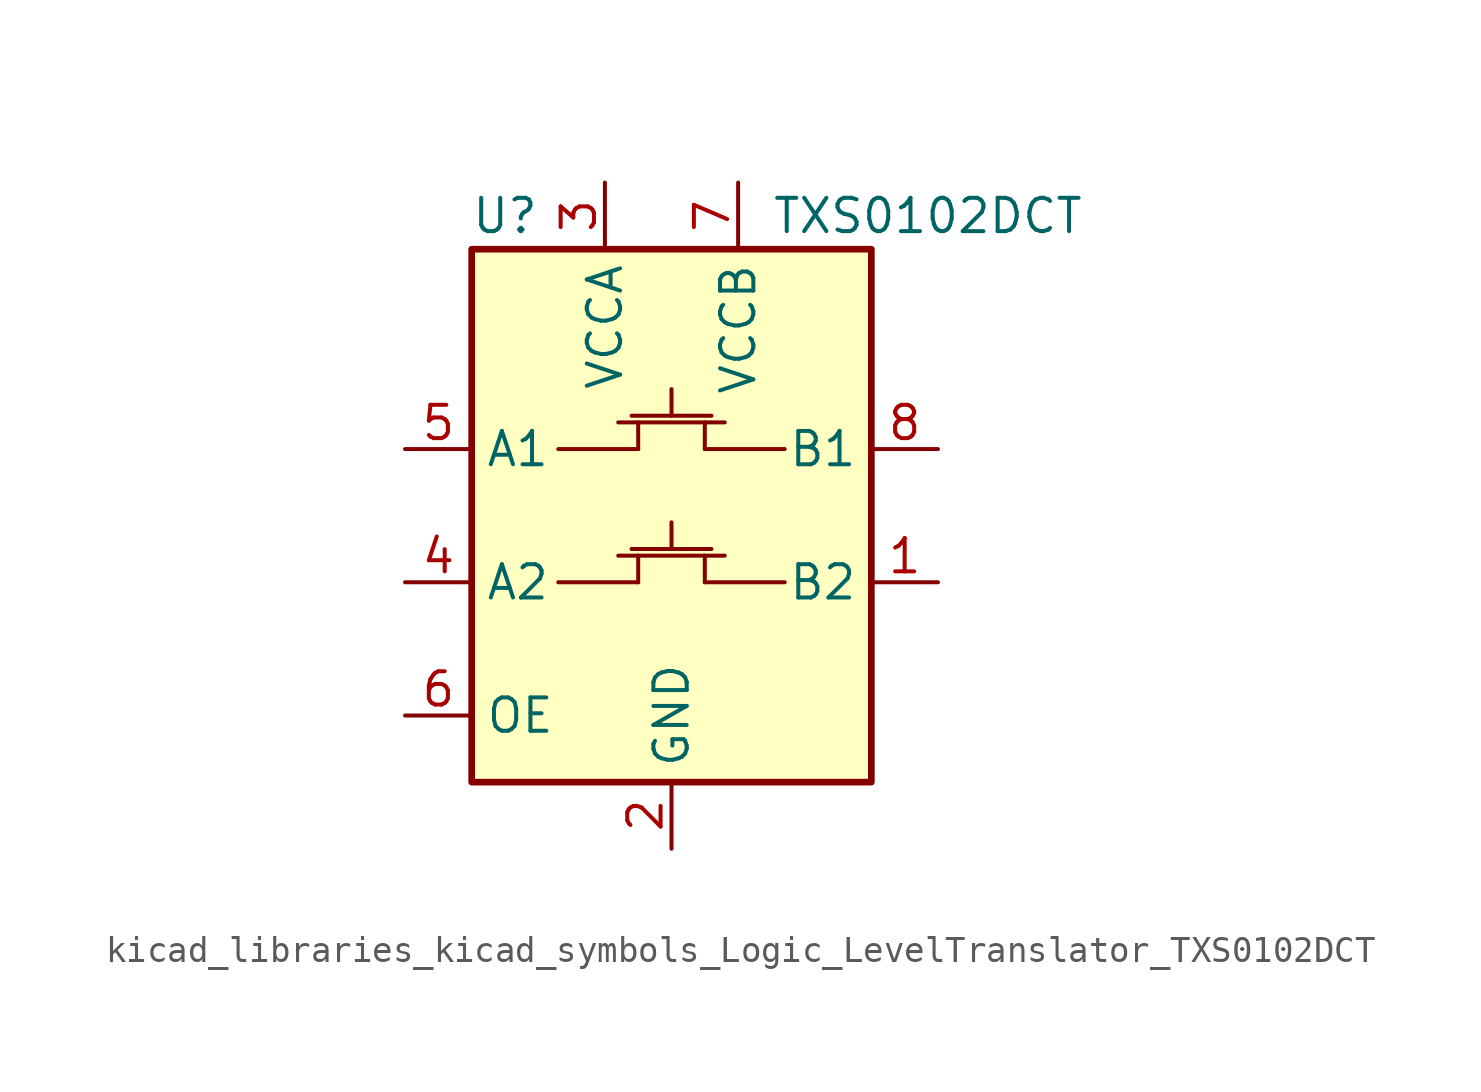
<source format=kicad_sym>
(kicad_symbol_lib
  (version 20220914)
  (generator kicad_symbol_editor)
  (symbol "kicad_libraries_kicad_symbols_Logic_LevelTranslator_TXS0102DCT"
    (property "Reference" "U"
      (at -6.35 11.43 0)
      (effects (font (size 1.27 1.27))))
    (property "Value" "TXS0102DCT"
      (at 3.81 11.43 0)
      (effects (font (size 1.27 1.27)) (justify left)))
    (symbol "kicad_libraries_kicad_symbols_Logic_LevelTranslator_TXS0102DCT_0_1"
      (rectangle (start -7.62 10.16) (end 7.62 -10.16) (stroke (width 0.254) (type default)) (fill (type background)))
      (polyline (pts (xy -4.318 -2.54) (xy -1.27 -2.54)) (stroke (width 0) (type default)) (fill (type none)))
      (polyline (pts (xy -2.032 -1.524) (xy 2.032 -1.524)) (stroke (width 0) (type default)) (fill (type none)))
      (polyline (pts (xy -1.524 -1.27) (xy 1.524 -1.27)) (stroke (width 0) (type default)) (fill (type none)))
      (polyline (pts (xy -1.27 -2.54) (xy -1.27 -1.524)) (stroke (width 0) (type default)) (fill (type none)))
      (polyline (pts (xy 0 -1.27) (xy 0 -0.254)) (stroke (width 0) (type default)) (fill (type none)))
      (polyline (pts (xy 1.27 -2.54) (xy 1.27 -1.524)) (stroke (width 0) (type default)) (fill (type none)))
      (polyline (pts (xy 4.318 -2.54) (xy 1.27 -2.54)) (stroke (width 0) (type default)) (fill (type none))))
    (symbol "kicad_libraries_kicad_symbols_Logic_LevelTranslator_TXS0102DCT_1_1"
      (polyline (pts (xy -4.318 2.54) (xy -1.27 2.54)) (stroke (width 0) (type default)) (fill (type none)))
      (polyline (pts (xy -2.032 3.556) (xy 2.032 3.556)) (stroke (width 0) (type default)) (fill (type none)))
      (polyline (pts (xy -1.524 3.81) (xy 1.524 3.81)) (stroke (width 0) (type default)) (fill (type none)))
      (polyline (pts (xy -1.27 2.54) (xy -1.27 3.556)) (stroke (width 0) (type default)) (fill (type none)))
      (polyline (pts (xy 0 3.81) (xy 0 4.826)) (stroke (width 0) (type default)) (fill (type none)))
      (polyline (pts (xy 1.27 2.54) (xy 1.27 3.556)) (stroke (width 0) (type default)) (fill (type none)))
      (polyline (pts (xy 4.318 2.54) (xy 1.27 2.54)) (stroke (width 0) (type default)) (fill (type none)))
      (pin bidirectional line (at 10.16 -2.54 180) (length 2.54) (name "B2" (effects (font (size 1.27 1.27)))) (number "1" (effects (font (size 1.27 1.27)))))
      (pin power_in line (at 0 -12.7 90) (length 2.54) (name "GND" (effects (font (size 1.27 1.27)))) (number "2" (effects (font (size 1.27 1.27)))))
      (pin power_in line (at -2.54 12.7 270) (length 2.54) (name "VCCA" (effects (font (size 1.27 1.27)))) (number "3" (effects (font (size 1.27 1.27)))))
      (pin bidirectional line (at -10.16 -2.54 0) (length 2.54) (name "A2" (effects (font (size 1.27 1.27)))) (number "4" (effects (font (size 1.27 1.27)))))
      (pin bidirectional line (at -10.16 2.54 0) (length 2.54) (name "A1" (effects (font (size 1.27 1.27)))) (number "5" (effects (font (size 1.27 1.27)))))
      (pin input line (at -10.16 -7.62 0) (length 2.54) (name "OE" (effects (font (size 1.27 1.27)))) (number "6" (effects (font (size 1.27 1.27)))))
      (pin power_in line (at 2.54 12.7 270) (length 2.54) (name "VCCB" (effects (font (size 1.27 1.27)))) (number "7" (effects (font (size 1.27 1.27)))))
      (pin bidirectional line (at 10.16 2.54 180) (length 2.54) (name "B1" (effects (font (size 1.27 1.27)))) (number "8" (effects (font (size 1.27 1.27))))))))
</source>
